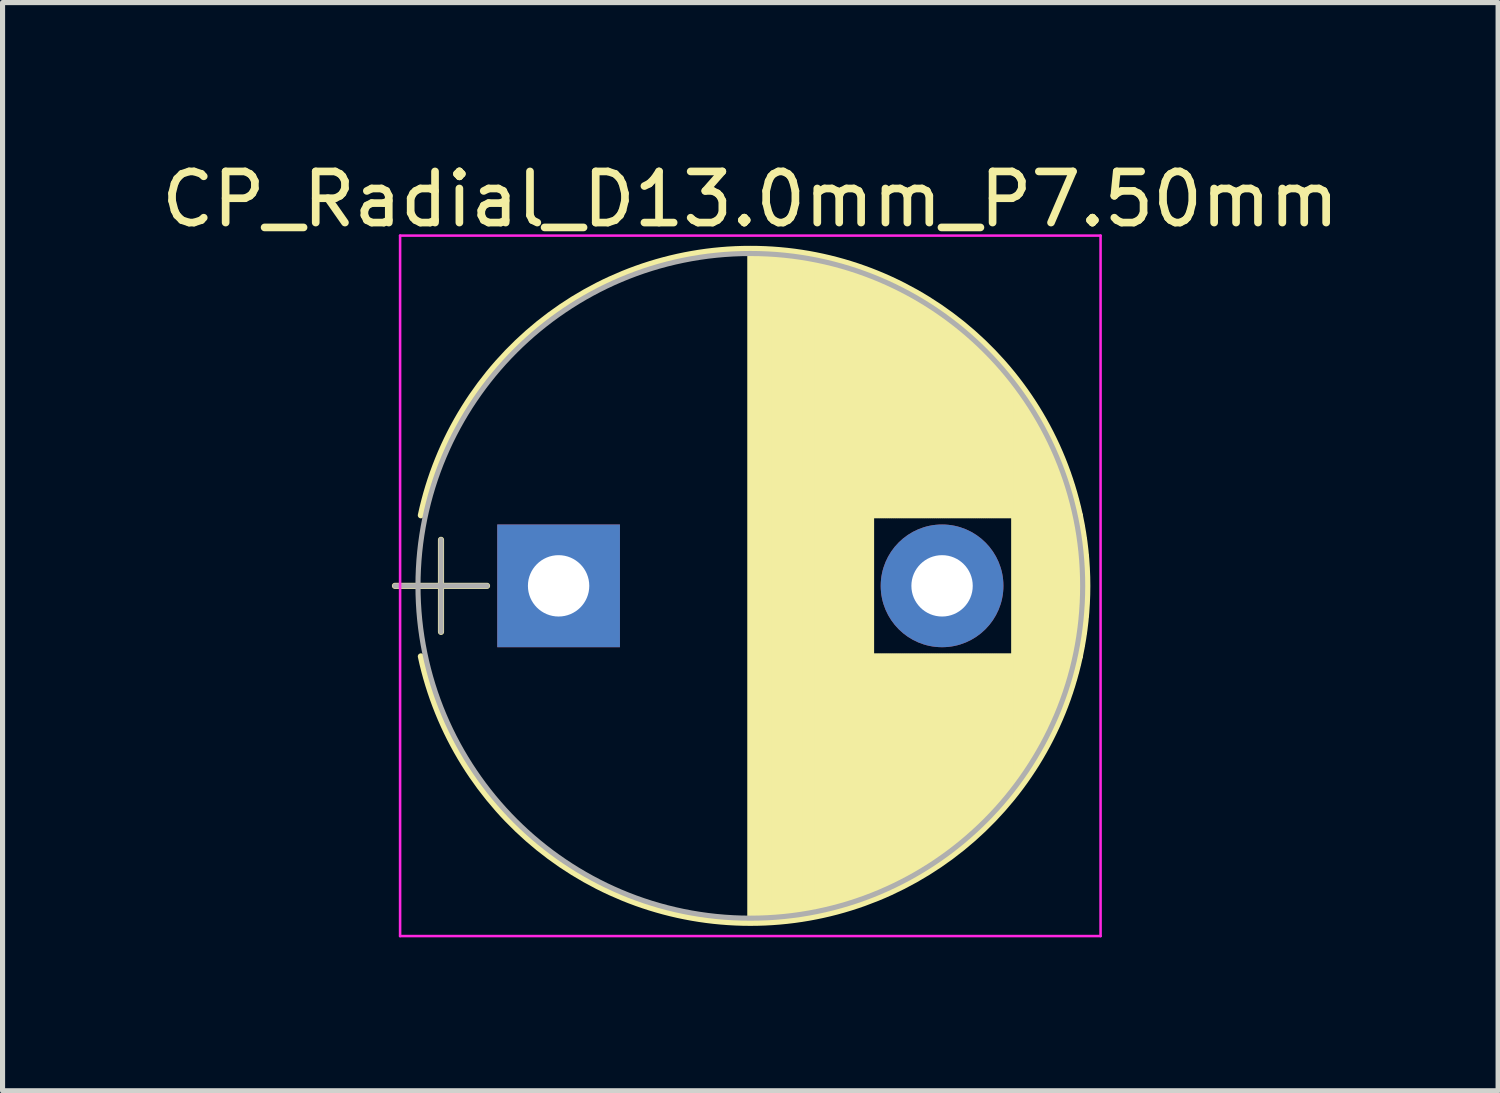
<source format=kicad_pcb>
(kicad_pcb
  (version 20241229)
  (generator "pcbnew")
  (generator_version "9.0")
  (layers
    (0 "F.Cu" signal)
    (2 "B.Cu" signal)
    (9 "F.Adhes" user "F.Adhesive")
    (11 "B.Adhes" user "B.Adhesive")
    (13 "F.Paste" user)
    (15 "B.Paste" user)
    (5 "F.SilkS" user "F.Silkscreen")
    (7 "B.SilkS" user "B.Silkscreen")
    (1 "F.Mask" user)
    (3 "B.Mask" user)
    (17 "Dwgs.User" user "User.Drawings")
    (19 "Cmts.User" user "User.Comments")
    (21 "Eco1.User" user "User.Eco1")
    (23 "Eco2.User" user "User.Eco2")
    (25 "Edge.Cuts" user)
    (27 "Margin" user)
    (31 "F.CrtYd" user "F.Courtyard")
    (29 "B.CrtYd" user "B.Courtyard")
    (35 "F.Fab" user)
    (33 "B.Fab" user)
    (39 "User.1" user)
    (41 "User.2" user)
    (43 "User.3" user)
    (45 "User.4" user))
  (footprint "CP_Radial_D13.0mm_P7.50mm"
    (layer "F.Cu")
    (at 7.875 8.408)
    (property "Reference" "CP_Radial_D13.0mm_P7.50mm" (at 3.75 -7.56 0) (layer "F.SilkS") (effects (font (size 1 1) (thickness 0.15))))
    (attr through_hole)
    (fp_line (start -3.2 0) (end -1.4 0) (stroke (width 0.12) (type solid)) (layer "F.SilkS"))
    (fp_line (start -2.3 -0.9) (end -2.3 0.9) (stroke (width 0.12) (type solid)) (layer "F.SilkS"))
    (fp_line (start 3.75 -6.55) (end 3.75 6.55) (stroke (width 0.12) (type solid)) (layer "F.SilkS"))
    (fp_line (start 3.79 -6.55) (end 3.79 6.55) (stroke (width 0.12) (type solid)) (layer "F.SilkS"))
    (fp_line (start 3.83 -6.55) (end 3.83 6.55) (stroke (width 0.12) (type solid)) (layer "F.SilkS"))
    (fp_line (start 3.87 -6.549) (end 3.87 6.549) (stroke (width 0.12) (type solid)) (layer "F.SilkS"))
    (fp_line (start 3.91 -6.549) (end 3.91 6.549) (stroke (width 0.12) (type solid)) (layer "F.SilkS"))
    (fp_line (start 3.95 -6.547) (end 3.95 6.547) (stroke (width 0.12) (type solid)) (layer "F.SilkS"))
    (fp_line (start 3.99 -6.546) (end 3.99 6.546) (stroke (width 0.12) (type solid)) (layer "F.SilkS"))
    (fp_line (start 4.03 -6.545) (end 4.03 6.545) (stroke (width 0.12) (type solid)) (layer "F.SilkS"))
    (fp_line (start 4.07 -6.543) (end 4.07 6.543) (stroke (width 0.12) (type solid)) (layer "F.SilkS"))
    (fp_line (start 4.11 -6.541) (end 4.11 6.541) (stroke (width 0.12) (type solid)) (layer "F.SilkS"))
    (fp_line (start 4.15 -6.538) (end 4.15 6.538) (stroke (width 0.12) (type solid)) (layer "F.SilkS"))
    (fp_line (start 4.19 -6.536) (end 4.19 6.536) (stroke (width 0.12) (type solid)) (layer "F.SilkS"))
    (fp_line (start 4.23 -6.533) (end 4.23 6.533) (stroke (width 0.12) (type solid)) (layer "F.SilkS"))
    (fp_line (start 4.27 -6.53) (end 4.27 6.53) (stroke (width 0.12) (type solid)) (layer "F.SilkS"))
    (fp_line (start 4.31 -6.527) (end 4.31 6.527) (stroke (width 0.12) (type solid)) (layer "F.SilkS"))
    (fp_line (start 4.35 -6.523) (end 4.35 6.523) (stroke (width 0.12) (type solid)) (layer "F.SilkS"))
    (fp_line (start 4.39 -6.519) (end 4.39 6.519) (stroke (width 0.12) (type solid)) (layer "F.SilkS"))
    (fp_line (start 4.43 -6.515) (end 4.43 6.515) (stroke (width 0.12) (type solid)) (layer "F.SilkS"))
    (fp_line (start 4.471 -6.511) (end 4.471 6.511) (stroke (width 0.12) (type solid)) (layer "F.SilkS"))
    (fp_line (start 4.511 -6.507) (end 4.511 6.507) (stroke (width 0.12) (type solid)) (layer "F.SilkS"))
    (fp_line (start 4.551 -6.502) (end 4.551 6.502) (stroke (width 0.12) (type solid)) (layer "F.SilkS"))
    (fp_line (start 4.591 -6.497) (end 4.591 6.497) (stroke (width 0.12) (type solid)) (layer "F.SilkS"))
    (fp_line (start 4.631 -6.491) (end 4.631 6.491) (stroke (width 0.12) (type solid)) (layer "F.SilkS"))
    (fp_line (start 4.671 -6.486) (end 4.671 6.486) (stroke (width 0.12) (type solid)) (layer "F.SilkS"))
    (fp_line (start 4.711 -6.48) (end 4.711 6.48) (stroke (width 0.12) (type solid)) (layer "F.SilkS"))
    (fp_line (start 4.751 -6.474) (end 4.751 6.474) (stroke (width 0.12) (type solid)) (layer "F.SilkS"))
    (fp_line (start 4.791 -6.468) (end 4.791 6.468) (stroke (width 0.12) (type solid)) (layer "F.SilkS"))
    (fp_line (start 4.831 -6.461) (end 4.831 6.461) (stroke (width 0.12) (type solid)) (layer "F.SilkS"))
    (fp_line (start 4.871 -6.455) (end 4.871 6.455) (stroke (width 0.12) (type solid)) (layer "F.SilkS"))
    (fp_line (start 4.911 -6.448) (end 4.911 6.448) (stroke (width 0.12) (type solid)) (layer "F.SilkS"))
    (fp_line (start 4.951 -6.44) (end 4.951 6.44) (stroke (width 0.12) (type solid)) (layer "F.SilkS"))
    (fp_line (start 4.991 -6.433) (end 4.991 6.433) (stroke (width 0.12) (type solid)) (layer "F.SilkS"))
    (fp_line (start 5.031 -6.425) (end 5.031 6.425) (stroke (width 0.12) (type solid)) (layer "F.SilkS"))
    (fp_line (start 5.071 -6.417) (end 5.071 6.417) (stroke (width 0.12) (type solid)) (layer "F.SilkS"))
    (fp_line (start 5.111 -6.409) (end 5.111 6.409) (stroke (width 0.12) (type solid)) (layer "F.SilkS"))
    (fp_line (start 5.151 -6.4) (end 5.151 6.4) (stroke (width 0.12) (type solid)) (layer "F.SilkS"))
    (fp_line (start 5.191 -6.391) (end 5.191 6.391) (stroke (width 0.12) (type solid)) (layer "F.SilkS"))
    (fp_line (start 5.231 -6.382) (end 5.231 6.382) (stroke (width 0.12) (type solid)) (layer "F.SilkS"))
    (fp_line (start 5.271 -6.373) (end 5.271 6.373) (stroke (width 0.12) (type solid)) (layer "F.SilkS"))
    (fp_line (start 5.311 -6.363) (end 5.311 6.363) (stroke (width 0.12) (type solid)) (layer "F.SilkS"))
    (fp_line (start 5.351 -6.353) (end 5.351 6.353) (stroke (width 0.12) (type solid)) (layer "F.SilkS"))
    (fp_line (start 5.391 -6.343) (end 5.391 6.343) (stroke (width 0.12) (type solid)) (layer "F.SilkS"))
    (fp_line (start 5.431 -6.333) (end 5.431 6.333) (stroke (width 0.12) (type solid)) (layer "F.SilkS"))
    (fp_line (start 5.471 -6.322) (end 5.471 6.322) (stroke (width 0.12) (type solid)) (layer "F.SilkS"))
    (fp_line (start 5.511 -6.311) (end 5.511 6.311) (stroke (width 0.12) (type solid)) (layer "F.SilkS"))
    (fp_line (start 5.551 -6.3) (end 5.551 6.3) (stroke (width 0.12) (type solid)) (layer "F.SilkS"))
    (fp_line (start 5.591 -6.288) (end 5.591 6.288) (stroke (width 0.12) (type solid)) (layer "F.SilkS"))
    (fp_line (start 5.631 -6.277) (end 5.631 6.277) (stroke (width 0.12) (type solid)) (layer "F.SilkS"))
    (fp_line (start 5.671 -6.265) (end 5.671 6.265) (stroke (width 0.12) (type solid)) (layer "F.SilkS"))
    (fp_line (start 5.711 -6.252) (end 5.711 6.252) (stroke (width 0.12) (type solid)) (layer "F.SilkS"))
    (fp_line (start 5.751 -6.24) (end 5.751 6.24) (stroke (width 0.12) (type solid)) (layer "F.SilkS"))
    (fp_line (start 5.791 -6.227) (end 5.791 6.227) (stroke (width 0.12) (type solid)) (layer "F.SilkS"))
    (fp_line (start 5.831 -6.214) (end 5.831 6.214) (stroke (width 0.12) (type solid)) (layer "F.SilkS"))
    (fp_line (start 5.871 -6.2) (end 5.871 6.2) (stroke (width 0.12) (type solid)) (layer "F.SilkS"))
    (fp_line (start 5.911 -6.186) (end 5.911 6.186) (stroke (width 0.12) (type solid)) (layer "F.SilkS"))
    (fp_line (start 5.951 -6.172) (end 5.951 6.172) (stroke (width 0.12) (type solid)) (layer "F.SilkS"))
    (fp_line (start 5.991 -6.158) (end 5.991 6.158) (stroke (width 0.12) (type solid)) (layer "F.SilkS"))
    (fp_line (start 6.031 -6.144) (end 6.031 6.144) (stroke (width 0.12) (type solid)) (layer "F.SilkS"))
    (fp_line (start 6.071 -6.129) (end 6.071 6.129) (stroke (width 0.12) (type solid)) (layer "F.SilkS"))
    (fp_line (start 6.111 -6.113) (end 6.111 6.113) (stroke (width 0.12) (type solid)) (layer "F.SilkS"))
    (fp_line (start 6.151 -6.098) (end 6.151 -1.38) (stroke (width 0.12) (type solid)) (layer "F.SilkS"))
    (fp_line (start 6.151 1.38) (end 6.151 6.098) (stroke (width 0.12) (type solid)) (layer "F.SilkS"))
    (fp_line (start 6.191 -6.082) (end 6.191 -1.38) (stroke (width 0.12) (type solid)) (layer "F.SilkS"))
    (fp_line (start 6.191 1.38) (end 6.191 6.082) (stroke (width 0.12) (type solid)) (layer "F.SilkS"))
    (fp_line (start 6.231 -6.066) (end 6.231 -1.38) (stroke (width 0.12) (type solid)) (layer "F.SilkS"))
    (fp_line (start 6.231 1.38) (end 6.231 6.066) (stroke (width 0.12) (type solid)) (layer "F.SilkS"))
    (fp_line (start 6.271 -6.05) (end 6.271 -1.38) (stroke (width 0.12) (type solid)) (layer "F.SilkS"))
    (fp_line (start 6.271 1.38) (end 6.271 6.05) (stroke (width 0.12) (type solid)) (layer "F.SilkS"))
    (fp_line (start 6.311 -6.033) (end 6.311 -1.38) (stroke (width 0.12) (type solid)) (layer "F.SilkS"))
    (fp_line (start 6.311 1.38) (end 6.311 6.033) (stroke (width 0.12) (type solid)) (layer "F.SilkS"))
    (fp_line (start 6.351 -6.016) (end 6.351 -1.38) (stroke (width 0.12) (type solid)) (layer "F.SilkS"))
    (fp_line (start 6.351 1.38) (end 6.351 6.016) (stroke (width 0.12) (type solid)) (layer "F.SilkS"))
    (fp_line (start 6.391 -5.999) (end 6.391 -1.38) (stroke (width 0.12) (type solid)) (layer "F.SilkS"))
    (fp_line (start 6.391 1.38) (end 6.391 5.999) (stroke (width 0.12) (type solid)) (layer "F.SilkS"))
    (fp_line (start 6.431 -5.981) (end 6.431 -1.38) (stroke (width 0.12) (type solid)) (layer "F.SilkS"))
    (fp_line (start 6.431 1.38) (end 6.431 5.981) (stroke (width 0.12) (type solid)) (layer "F.SilkS"))
    (fp_line (start 6.471 -5.963) (end 6.471 -1.38) (stroke (width 0.12) (type solid)) (layer "F.SilkS"))
    (fp_line (start 6.471 1.38) (end 6.471 5.963) (stroke (width 0.12) (type solid)) (layer "F.SilkS"))
    (fp_line (start 6.511 -5.945) (end 6.511 -1.38) (stroke (width 0.12) (type solid)) (layer "F.SilkS"))
    (fp_line (start 6.511 1.38) (end 6.511 5.945) (stroke (width 0.12) (type solid)) (layer "F.SilkS"))
    (fp_line (start 6.551 -5.926) (end 6.551 -1.38) (stroke (width 0.12) (type solid)) (layer "F.SilkS"))
    (fp_line (start 6.551 1.38) (end 6.551 5.926) (stroke (width 0.12) (type solid)) (layer "F.SilkS"))
    (fp_line (start 6.591 -5.907) (end 6.591 -1.38) (stroke (width 0.12) (type solid)) (layer "F.SilkS"))
    (fp_line (start 6.591 1.38) (end 6.591 5.907) (stroke (width 0.12) (type solid)) (layer "F.SilkS"))
    (fp_line (start 6.631 -5.888) (end 6.631 -1.38) (stroke (width 0.12) (type solid)) (layer "F.SilkS"))
    (fp_line (start 6.631 1.38) (end 6.631 5.888) (stroke (width 0.12) (type solid)) (layer "F.SilkS"))
    (fp_line (start 6.671 -5.868) (end 6.671 -1.38) (stroke (width 0.12) (type solid)) (layer "F.SilkS"))
    (fp_line (start 6.671 1.38) (end 6.671 5.868) (stroke (width 0.12) (type solid)) (layer "F.SilkS"))
    (fp_line (start 6.711 -5.848) (end 6.711 -1.38) (stroke (width 0.12) (type solid)) (layer "F.SilkS"))
    (fp_line (start 6.711 1.38) (end 6.711 5.848) (stroke (width 0.12) (type solid)) (layer "F.SilkS"))
    (fp_line (start 6.751 -5.828) (end 6.751 -1.38) (stroke (width 0.12) (type solid)) (layer "F.SilkS"))
    (fp_line (start 6.751 1.38) (end 6.751 5.828) (stroke (width 0.12) (type solid)) (layer "F.SilkS"))
    (fp_line (start 6.791 -5.807) (end 6.791 -1.38) (stroke (width 0.12) (type solid)) (layer "F.SilkS"))
    (fp_line (start 6.791 1.38) (end 6.791 5.807) (stroke (width 0.12) (type solid)) (layer "F.SilkS"))
    (fp_line (start 6.831 -5.786) (end 6.831 -1.38) (stroke (width 0.12) (type solid)) (layer "F.SilkS"))
    (fp_line (start 6.831 1.38) (end 6.831 5.786) (stroke (width 0.12) (type solid)) (layer "F.SilkS"))
    (fp_line (start 6.871 -5.765) (end 6.871 -1.38) (stroke (width 0.12) (type solid)) (layer "F.SilkS"))
    (fp_line (start 6.871 1.38) (end 6.871 5.765) (stroke (width 0.12) (type solid)) (layer "F.SilkS"))
    (fp_line (start 6.911 -5.743) (end 6.911 -1.38) (stroke (width 0.12) (type solid)) (layer "F.SilkS"))
    (fp_line (start 6.911 1.38) (end 6.911 5.743) (stroke (width 0.12) (type solid)) (layer "F.SilkS"))
    (fp_line (start 6.951 -5.721) (end 6.951 -1.38) (stroke (width 0.12) (type solid)) (layer "F.SilkS"))
    (fp_line (start 6.951 1.38) (end 6.951 5.721) (stroke (width 0.12) (type solid)) (layer "F.SilkS"))
    (fp_line (start 6.991 -5.699) (end 6.991 -1.38) (stroke (width 0.12) (type solid)) (layer "F.SilkS"))
    (fp_line (start 6.991 1.38) (end 6.991 5.699) (stroke (width 0.12) (type solid)) (layer "F.SilkS"))
    (fp_line (start 7.031 -5.676) (end 7.031 -1.38) (stroke (width 0.12) (type solid)) (layer "F.SilkS"))
    (fp_line (start 7.031 1.38) (end 7.031 5.676) (stroke (width 0.12) (type solid)) (layer "F.SilkS"))
    (fp_line (start 7.071 -5.653) (end 7.071 -1.38) (stroke (width 0.12) (type solid)) (layer "F.SilkS"))
    (fp_line (start 7.071 1.38) (end 7.071 5.653) (stroke (width 0.12) (type solid)) (layer "F.SilkS"))
    (fp_line (start 7.111 -5.63) (end 7.111 -1.38) (stroke (width 0.12) (type solid)) (layer "F.SilkS"))
    (fp_line (start 7.111 1.38) (end 7.111 5.63) (stroke (width 0.12) (type solid)) (layer "F.SilkS"))
    (fp_line (start 7.151 -5.606) (end 7.151 -1.38) (stroke (width 0.12) (type solid)) (layer "F.SilkS"))
    (fp_line (start 7.151 1.38) (end 7.151 5.606) (stroke (width 0.12) (type solid)) (layer "F.SilkS"))
    (fp_line (start 7.191 -5.581) (end 7.191 -1.38) (stroke (width 0.12) (type solid)) (layer "F.SilkS"))
    (fp_line (start 7.191 1.38) (end 7.191 5.581) (stroke (width 0.12) (type solid)) (layer "F.SilkS"))
    (fp_line (start 7.231 -5.557) (end 7.231 -1.38) (stroke (width 0.12) (type solid)) (layer "F.SilkS"))
    (fp_line (start 7.231 1.38) (end 7.231 5.557) (stroke (width 0.12) (type solid)) (layer "F.SilkS"))
    (fp_line (start 7.271 -5.532) (end 7.271 -1.38) (stroke (width 0.12) (type solid)) (layer "F.SilkS"))
    (fp_line (start 7.271 1.38) (end 7.271 5.532) (stroke (width 0.12) (type solid)) (layer "F.SilkS"))
    (fp_line (start 7.311 -5.506) (end 7.311 -1.38) (stroke (width 0.12) (type solid)) (layer "F.SilkS"))
    (fp_line (start 7.311 1.38) (end 7.311 5.506) (stroke (width 0.12) (type solid)) (layer "F.SilkS"))
    (fp_line (start 7.351 -5.48) (end 7.351 -1.38) (stroke (width 0.12) (type solid)) (layer "F.SilkS"))
    (fp_line (start 7.351 1.38) (end 7.351 5.48) (stroke (width 0.12) (type solid)) (layer "F.SilkS"))
    (fp_line (start 7.391 -5.454) (end 7.391 -1.38) (stroke (width 0.12) (type solid)) (layer "F.SilkS"))
    (fp_line (start 7.391 1.38) (end 7.391 5.454) (stroke (width 0.12) (type solid)) (layer "F.SilkS"))
    (fp_line (start 7.431 -5.427) (end 7.431 -1.38) (stroke (width 0.12) (type solid)) (layer "F.SilkS"))
    (fp_line (start 7.431 1.38) (end 7.431 5.427) (stroke (width 0.12) (type solid)) (layer "F.SilkS"))
    (fp_line (start 7.471 -5.4) (end 7.471 -1.38) (stroke (width 0.12) (type solid)) (layer "F.SilkS"))
    (fp_line (start 7.471 1.38) (end 7.471 5.4) (stroke (width 0.12) (type solid)) (layer "F.SilkS"))
    (fp_line (start 7.511 -5.373) (end 7.511 -1.38) (stroke (width 0.12) (type solid)) (layer "F.SilkS"))
    (fp_line (start 7.511 1.38) (end 7.511 5.373) (stroke (width 0.12) (type solid)) (layer "F.SilkS"))
    (fp_line (start 7.551 -5.345) (end 7.551 -1.38) (stroke (width 0.12) (type solid)) (layer "F.SilkS"))
    (fp_line (start 7.551 1.38) (end 7.551 5.345) (stroke (width 0.12) (type solid)) (layer "F.SilkS"))
    (fp_line (start 7.591 -5.316) (end 7.591 -1.38) (stroke (width 0.12) (type solid)) (layer "F.SilkS"))
    (fp_line (start 7.591 1.38) (end 7.591 5.316) (stroke (width 0.12) (type solid)) (layer "F.SilkS"))
    (fp_line (start 7.631 -5.287) (end 7.631 -1.38) (stroke (width 0.12) (type solid)) (layer "F.SilkS"))
    (fp_line (start 7.631 1.38) (end 7.631 5.287) (stroke (width 0.12) (type solid)) (layer "F.SilkS"))
    (fp_line (start 7.671 -5.258) (end 7.671 -1.38) (stroke (width 0.12) (type solid)) (layer "F.SilkS"))
    (fp_line (start 7.671 1.38) (end 7.671 5.258) (stroke (width 0.12) (type solid)) (layer "F.SilkS"))
    (fp_line (start 7.711 -5.228) (end 7.711 -1.38) (stroke (width 0.12) (type solid)) (layer "F.SilkS"))
    (fp_line (start 7.711 1.38) (end 7.711 5.228) (stroke (width 0.12) (type solid)) (layer "F.SilkS"))
    (fp_line (start 7.751 -5.198) (end 7.751 -1.38) (stroke (width 0.12) (type solid)) (layer "F.SilkS"))
    (fp_line (start 7.751 1.38) (end 7.751 5.198) (stroke (width 0.12) (type solid)) (layer "F.SilkS"))
    (fp_line (start 7.791 -5.167) (end 7.791 -1.38) (stroke (width 0.12) (type solid)) (layer "F.SilkS"))
    (fp_line (start 7.791 1.38) (end 7.791 5.167) (stroke (width 0.12) (type solid)) (layer "F.SilkS"))
    (fp_line (start 7.831 -5.136) (end 7.831 -1.38) (stroke (width 0.12) (type solid)) (layer "F.SilkS"))
    (fp_line (start 7.831 1.38) (end 7.831 5.136) (stroke (width 0.12) (type solid)) (layer "F.SilkS"))
    (fp_line (start 7.871 -5.104) (end 7.871 -1.38) (stroke (width 0.12) (type solid)) (layer "F.SilkS"))
    (fp_line (start 7.871 1.38) (end 7.871 5.104) (stroke (width 0.12) (type solid)) (layer "F.SilkS"))
    (fp_line (start 7.911 -5.072) (end 7.911 -1.38) (stroke (width 0.12) (type solid)) (layer "F.SilkS"))
    (fp_line (start 7.911 1.38) (end 7.911 5.072) (stroke (width 0.12) (type solid)) (layer "F.SilkS"))
    (fp_line (start 7.951 -5.039) (end 7.951 -1.38) (stroke (width 0.12) (type solid)) (layer "F.SilkS"))
    (fp_line (start 7.951 1.38) (end 7.951 5.039) (stroke (width 0.12) (type solid)) (layer "F.SilkS"))
    (fp_line (start 7.991 -5.005) (end 7.991 -1.38) (stroke (width 0.12) (type solid)) (layer "F.SilkS"))
    (fp_line (start 7.991 1.38) (end 7.991 5.005) (stroke (width 0.12) (type solid)) (layer "F.SilkS"))
    (fp_line (start 8.031 -4.971) (end 8.031 -1.38) (stroke (width 0.12) (type solid)) (layer "F.SilkS"))
    (fp_line (start 8.031 1.38) (end 8.031 4.971) (stroke (width 0.12) (type solid)) (layer "F.SilkS"))
    (fp_line (start 8.071 -4.937) (end 8.071 -1.38) (stroke (width 0.12) (type solid)) (layer "F.SilkS"))
    (fp_line (start 8.071 1.38) (end 8.071 4.937) (stroke (width 0.12) (type solid)) (layer "F.SilkS"))
    (fp_line (start 8.111 -4.902) (end 8.111 -1.38) (stroke (width 0.12) (type solid)) (layer "F.SilkS"))
    (fp_line (start 8.111 1.38) (end 8.111 4.902) (stroke (width 0.12) (type solid)) (layer "F.SilkS"))
    (fp_line (start 8.151 -4.866) (end 8.151 -1.38) (stroke (width 0.12) (type solid)) (layer "F.SilkS"))
    (fp_line (start 8.151 1.38) (end 8.151 4.866) (stroke (width 0.12) (type solid)) (layer "F.SilkS"))
    (fp_line (start 8.191 -4.83) (end 8.191 -1.38) (stroke (width 0.12) (type solid)) (layer "F.SilkS"))
    (fp_line (start 8.191 1.38) (end 8.191 4.83) (stroke (width 0.12) (type solid)) (layer "F.SilkS"))
    (fp_line (start 8.231 -4.793) (end 8.231 -1.38) (stroke (width 0.12) (type solid)) (layer "F.SilkS"))
    (fp_line (start 8.231 1.38) (end 8.231 4.793) (stroke (width 0.12) (type solid)) (layer "F.SilkS"))
    (fp_line (start 8.271 -4.756) (end 8.271 -1.38) (stroke (width 0.12) (type solid)) (layer "F.SilkS"))
    (fp_line (start 8.271 1.38) (end 8.271 4.756) (stroke (width 0.12) (type solid)) (layer "F.SilkS"))
    (fp_line (start 8.311 -4.718) (end 8.311 -1.38) (stroke (width 0.12) (type solid)) (layer "F.SilkS"))
    (fp_line (start 8.311 1.38) (end 8.311 4.718) (stroke (width 0.12) (type solid)) (layer "F.SilkS"))
    (fp_line (start 8.351 -4.679) (end 8.351 -1.38) (stroke (width 0.12) (type solid)) (layer "F.SilkS"))
    (fp_line (start 8.351 1.38) (end 8.351 4.679) (stroke (width 0.12) (type solid)) (layer "F.SilkS"))
    (fp_line (start 8.391 -4.64) (end 8.391 -1.38) (stroke (width 0.12) (type solid)) (layer "F.SilkS"))
    (fp_line (start 8.391 1.38) (end 8.391 4.64) (stroke (width 0.12) (type solid)) (layer "F.SilkS"))
    (fp_line (start 8.431 -4.6) (end 8.431 -1.38) (stroke (width 0.12) (type solid)) (layer "F.SilkS"))
    (fp_line (start 8.431 1.38) (end 8.431 4.6) (stroke (width 0.12) (type solid)) (layer "F.SilkS"))
    (fp_line (start 8.471 -4.559) (end 8.471 -1.38) (stroke (width 0.12) (type solid)) (layer "F.SilkS"))
    (fp_line (start 8.471 1.38) (end 8.471 4.559) (stroke (width 0.12) (type solid)) (layer "F.SilkS"))
    (fp_line (start 8.511 -4.518) (end 8.511 -1.38) (stroke (width 0.12) (type solid)) (layer "F.SilkS"))
    (fp_line (start 8.511 1.38) (end 8.511 4.518) (stroke (width 0.12) (type solid)) (layer "F.SilkS"))
    (fp_line (start 8.551 -4.476) (end 8.551 -1.38) (stroke (width 0.12) (type solid)) (layer "F.SilkS"))
    (fp_line (start 8.551 1.38) (end 8.551 4.476) (stroke (width 0.12) (type solid)) (layer "F.SilkS"))
    (fp_line (start 8.591 -4.433) (end 8.591 -1.38) (stroke (width 0.12) (type solid)) (layer "F.SilkS"))
    (fp_line (start 8.591 1.38) (end 8.591 4.433) (stroke (width 0.12) (type solid)) (layer "F.SilkS"))
    (fp_line (start 8.631 -4.389) (end 8.631 -1.38) (stroke (width 0.12) (type solid)) (layer "F.SilkS"))
    (fp_line (start 8.631 1.38) (end 8.631 4.389) (stroke (width 0.12) (type solid)) (layer "F.SilkS"))
    (fp_line (start 8.671 -4.345) (end 8.671 -1.38) (stroke (width 0.12) (type solid)) (layer "F.SilkS"))
    (fp_line (start 8.671 1.38) (end 8.671 4.345) (stroke (width 0.12) (type solid)) (layer "F.SilkS"))
    (fp_line (start 8.711 -4.299) (end 8.711 -1.38) (stroke (width 0.12) (type solid)) (layer "F.SilkS"))
    (fp_line (start 8.711 1.38) (end 8.711 4.299) (stroke (width 0.12) (type solid)) (layer "F.SilkS"))
    (fp_line (start 8.751 -4.253) (end 8.751 -1.38) (stroke (width 0.12) (type solid)) (layer "F.SilkS"))
    (fp_line (start 8.751 1.38) (end 8.751 4.253) (stroke (width 0.12) (type solid)) (layer "F.SilkS"))
    (fp_line (start 8.791 -4.206) (end 8.791 -1.38) (stroke (width 0.12) (type solid)) (layer "F.SilkS"))
    (fp_line (start 8.791 1.38) (end 8.791 4.206) (stroke (width 0.12) (type solid)) (layer "F.SilkS"))
    (fp_line (start 8.831 -4.158) (end 8.831 -1.38) (stroke (width 0.12) (type solid)) (layer "F.SilkS"))
    (fp_line (start 8.831 1.38) (end 8.831 4.158) (stroke (width 0.12) (type solid)) (layer "F.SilkS"))
    (fp_line (start 8.871 -4.109) (end 8.871 -1.38) (stroke (width 0.12) (type solid)) (layer "F.SilkS"))
    (fp_line (start 8.871 1.38) (end 8.871 4.109) (stroke (width 0.12) (type solid)) (layer "F.SilkS"))
    (fp_line (start 8.911 -4.06) (end 8.911 4.06) (stroke (width 0.12) (type solid)) (layer "F.SilkS"))
    (fp_line (start 8.951 -4.009) (end 8.951 4.009) (stroke (width 0.12) (type solid)) (layer "F.SilkS"))
    (fp_line (start 8.991 -3.957) (end 8.991 3.957) (stroke (width 0.12) (type solid)) (layer "F.SilkS"))
    (fp_line (start 9.031 -3.904) (end 9.031 3.904) (stroke (width 0.12) (type solid)) (layer "F.SilkS"))
    (fp_line (start 9.071 -3.85) (end 9.071 3.85) (stroke (width 0.12) (type solid)) (layer "F.SilkS"))
    (fp_line (start 9.111 -3.794) (end 9.111 3.794) (stroke (width 0.12) (type solid)) (layer "F.SilkS"))
    (fp_line (start 9.151 -3.738) (end 9.151 3.738) (stroke (width 0.12) (type solid)) (layer "F.SilkS"))
    (fp_line (start 9.191 -3.68) (end 9.191 3.68) (stroke (width 0.12) (type solid)) (layer "F.SilkS"))
    (fp_line (start 9.231 -3.621) (end 9.231 3.621) (stroke (width 0.12) (type solid)) (layer "F.SilkS"))
    (fp_line (start 9.271 -3.56) (end 9.271 3.56) (stroke (width 0.12) (type solid)) (layer "F.SilkS"))
    (fp_line (start 9.311 -3.498) (end 9.311 3.498) (stroke (width 0.12) (type solid)) (layer "F.SilkS"))
    (fp_line (start 9.351 -3.434) (end 9.351 3.434) (stroke (width 0.12) (type solid)) (layer "F.SilkS"))
    (fp_line (start 9.391 -3.369) (end 9.391 3.369) (stroke (width 0.12) (type solid)) (layer "F.SilkS"))
    (fp_line (start 9.431 -3.302) (end 9.431 3.302) (stroke (width 0.12) (type solid)) (layer "F.SilkS"))
    (fp_line (start 9.471 -3.233) (end 9.471 3.233) (stroke (width 0.12) (type solid)) (layer "F.SilkS"))
    (fp_line (start 9.511 -3.162) (end 9.511 3.162) (stroke (width 0.12) (type solid)) (layer "F.SilkS"))
    (fp_line (start 9.551 -3.089) (end 9.551 3.089) (stroke (width 0.12) (type solid)) (layer "F.SilkS"))
    (fp_line (start 9.591 -3.014) (end 9.591 3.014) (stroke (width 0.12) (type solid)) (layer "F.SilkS"))
    (fp_line (start 9.631 -2.936) (end 9.631 2.936) (stroke (width 0.12) (type solid)) (layer "F.SilkS"))
    (fp_line (start 9.671 -2.856) (end 9.671 2.856) (stroke (width 0.12) (type solid)) (layer "F.SilkS"))
    (fp_line (start 9.711 -2.772) (end 9.711 2.772) (stroke (width 0.12) (type solid)) (layer "F.SilkS"))
    (fp_line (start 9.751 -2.686) (end 9.751 2.686) (stroke (width 0.12) (type solid)) (layer "F.SilkS"))
    (fp_line (start 9.791 -2.596) (end 9.791 2.596) (stroke (width 0.12) (type solid)) (layer "F.SilkS"))
    (fp_line (start 9.831 -2.502) (end 9.831 2.502) (stroke (width 0.12) (type solid)) (layer "F.SilkS"))
    (fp_line (start 9.871 -2.405) (end 9.871 2.405) (stroke (width 0.12) (type solid)) (layer "F.SilkS"))
    (fp_line (start 9.911 -2.302) (end 9.911 2.302) (stroke (width 0.12) (type solid)) (layer "F.SilkS"))
    (fp_line (start 9.951 -2.194) (end 9.951 2.194) (stroke (width 0.12) (type solid)) (layer "F.SilkS"))
    (fp_line (start 9.991 -2.08) (end 9.991 2.08) (stroke (width 0.12) (type solid)) (layer "F.SilkS"))
    (fp_line (start 10.031 -1.958) (end 10.031 1.958) (stroke (width 0.12) (type solid)) (layer "F.SilkS"))
    (fp_line (start 10.071 -1.828) (end 10.071 1.828) (stroke (width 0.12) (type solid)) (layer "F.SilkS"))
    (fp_line (start 10.111 -1.686) (end 10.111 1.686) (stroke (width 0.12) (type solid)) (layer "F.SilkS"))
    (fp_line (start 10.151 -1.532) (end 10.151 1.532) (stroke (width 0.12) (type solid)) (layer "F.SilkS"))
    (fp_line (start 10.191 -1.359) (end 10.191 1.359) (stroke (width 0.12) (type solid)) (layer "F.SilkS"))
    (fp_line (start 10.231 -1.16) (end 10.231 1.16) (stroke (width 0.12) (type solid)) (layer "F.SilkS"))
    (fp_line (start 10.271 -0.918) (end 10.271 0.918) (stroke (width 0.12) (type solid)) (layer "F.SilkS"))
    (fp_line (start 10.311 -0.589) (end 10.311 0.589) (stroke (width 0.12) (type solid)) (layer "F.SilkS"))
    (fp_arc (start -2.693889 -1.38) (mid 3.748582 -6.59) (end 10.193295 -1.382773) (stroke (width 0.12) (type solid)) (layer "F.SilkS"))
    (fp_arc (start 10.193295 1.382773) (mid 3.748582 6.590001) (end -2.693889 1.38) (stroke (width 0.12) (type solid)) (layer "F.SilkS"))
    (fp_arc (start 10.193889 -1.38) (mid 10.34 0.001418) (end 10.193295 1.382773) (stroke (width 0.12) (type solid)) (layer "F.SilkS"))
    (fp_line (start -3.1 -6.85) (end -3.1 6.85) (stroke (width 0.05) (type solid)) (layer "F.CrtYd"))
    (fp_line (start -3.1 6.85) (end 10.6 6.85) (stroke (width 0.05) (type solid)) (layer "F.CrtYd"))
    (fp_line (start 10.6 -6.85) (end -3.1 -6.85) (stroke (width 0.05) (type solid)) (layer "F.CrtYd"))
    (fp_line (start 10.6 6.85) (end 10.6 -6.85) (stroke (width 0.05) (type solid)) (layer "F.CrtYd"))
    (fp_line (start -3.2 0) (end -1.4 0) (stroke (width 0.1) (type solid)) (layer "F.Fab"))
    (fp_line (start -2.3 -0.9) (end -2.3 0.9) (stroke (width 0.1) (type solid)) (layer "F.Fab"))
    (fp_circle (center 3.75 0) (end 10.25 0) (stroke (width 0.1) (type solid)) (fill no) (layer "F.Fab"))
    (pad "1" thru_hole rect (at 0 0) (size 2.4 2.4) (drill 1.2) (layers "*.Cu" "*.Mask"))
    (pad "2" thru_hole circle (at 7.5 0) (size 2.4 2.4) (drill 1.2) (layers "*.Cu" "*.Mask")))
  (gr_rect
    (start -3 -3)
    (end 26.25 18.283)
    (stroke (width 0.1) (type default))
    (fill no)
    (layer "Edge.Cuts")))
</source>
